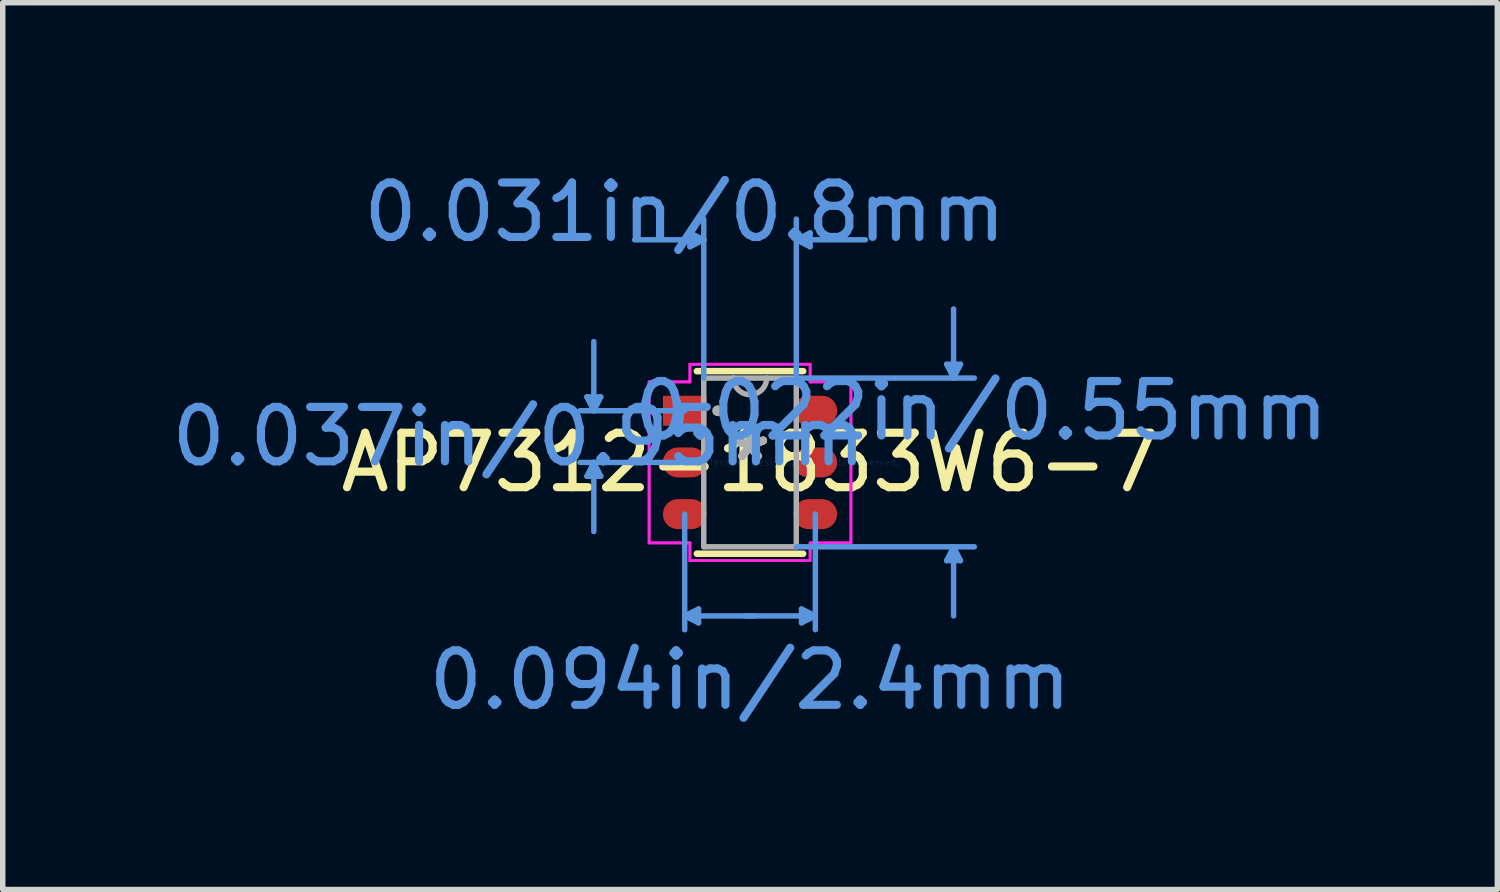
<source format=kicad_pcb>
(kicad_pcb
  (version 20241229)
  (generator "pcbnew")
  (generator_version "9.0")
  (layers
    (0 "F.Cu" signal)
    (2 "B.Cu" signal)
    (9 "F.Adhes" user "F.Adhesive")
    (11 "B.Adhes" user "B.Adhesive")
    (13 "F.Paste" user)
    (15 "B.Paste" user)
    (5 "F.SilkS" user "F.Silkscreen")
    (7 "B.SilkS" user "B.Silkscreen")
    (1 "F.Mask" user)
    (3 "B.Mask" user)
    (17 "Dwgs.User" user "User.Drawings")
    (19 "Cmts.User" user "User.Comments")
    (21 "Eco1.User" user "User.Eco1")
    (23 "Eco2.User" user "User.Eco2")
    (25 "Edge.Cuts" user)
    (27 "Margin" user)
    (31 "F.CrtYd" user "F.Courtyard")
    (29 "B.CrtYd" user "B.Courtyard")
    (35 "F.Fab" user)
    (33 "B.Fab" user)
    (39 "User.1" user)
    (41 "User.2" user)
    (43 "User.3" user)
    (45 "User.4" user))
  (footprint "AP7312-1833W6-7"
    (layer "F.Cu")
    (at 10.73 5.446)
    (property "Reference" "AP7312-1833W6-7" (at 0 0 0) (layer "F.SilkS") (effects (font (size 1 1) (thickness 0.15))))
    (attr through_hole)
    (fp_line (start -0.977 1.677) (end 0.977 1.677) (stroke (width 0.12) (type solid)) (layer "F.SilkS"))
    (fp_line (start 0.977 -1.677) (end -0.977 -1.677) (stroke (width 0.12) (type solid)) (layer "F.SilkS"))
    (fp_line (start -2.997 -1.204) (end -2.87 -0.95) (stroke (width 0.1) (type solid)) (layer "Cmts.User"))
    (fp_line (start -2.997 0.254) (end -2.87 0) (stroke (width 0.1) (type solid)) (layer "Cmts.User"))
    (fp_line (start -2.87 -0.95) (end -2.87 -2.22) (stroke (width 0.1) (type solid)) (layer "Cmts.User"))
    (fp_line (start -2.87 -0.95) (end -2.743 -1.204) (stroke (width 0.1) (type solid)) (layer "Cmts.User"))
    (fp_line (start -2.87 0) (end -2.87 1.27) (stroke (width 0.1) (type solid)) (layer "Cmts.User"))
    (fp_line (start -2.87 0) (end -2.743 0.254) (stroke (width 0.1) (type solid)) (layer "Cmts.User"))
    (fp_line (start -2.743 -1.204) (end -2.997 -1.204) (stroke (width 0.1) (type solid)) (layer "Cmts.User"))
    (fp_line (start -2.743 0.254) (end -2.997 0.254) (stroke (width 0.1) (type solid)) (layer "Cmts.User"))
    (fp_line (start -1.2 -0.95) (end -3.124 -0.95) (stroke (width 0.1) (type solid)) (layer "Cmts.User"))
    (fp_line (start -1.2 0) (end -3.124 0) (stroke (width 0.1) (type solid)) (layer "Cmts.User"))
    (fp_line (start -1.2 0.95) (end -1.2 3.074) (stroke (width 0.1) (type solid)) (layer "Cmts.User"))
    (fp_line (start -1.2 2.82) (end -0.946 2.947) (stroke (width 0.1) (type solid)) (layer "Cmts.User"))
    (fp_line (start -1.2 2.82) (end 0.07 2.82) (stroke (width 0.1) (type solid)) (layer "Cmts.User"))
    (fp_line (start -1.104 -4.217) (end -1.104 -3.963) (stroke (width 0.1) (type solid)) (layer "Cmts.User"))
    (fp_line (start -0.946 2.693) (end -1.2 2.82) (stroke (width 0.1) (type solid)) (layer "Cmts.User"))
    (fp_line (start -0.946 2.947) (end -0.946 2.693) (stroke (width 0.1) (type solid)) (layer "Cmts.User"))
    (fp_line (start -0.85 -4.09) (end -2.12 -4.09) (stroke (width 0.1) (type solid)) (layer "Cmts.User"))
    (fp_line (start -0.85 -4.09) (end -1.104 -4.217) (stroke (width 0.1) (type solid)) (layer "Cmts.User"))
    (fp_line (start -0.85 -4.09) (end -1.104 -3.963) (stroke (width 0.1) (type solid)) (layer "Cmts.User"))
    (fp_line (start -0.85 -1.55) (end -0.85 -4.471) (stroke (width 0.1) (type solid)) (layer "Cmts.User"))
    (fp_line (start 0.85 -4.09) (end 1.104 -4.217) (stroke (width 0.1) (type solid)) (layer "Cmts.User"))
    (fp_line (start 0.85 -4.09) (end 1.104 -3.963) (stroke (width 0.1) (type solid)) (layer "Cmts.User"))
    (fp_line (start 0.85 -4.09) (end 2.12 -4.09) (stroke (width 0.1) (type solid)) (layer "Cmts.User"))
    (fp_line (start 0.85 -1.55) (end 0.85 -4.471) (stroke (width 0.1) (type solid)) (layer "Cmts.User"))
    (fp_line (start 0.85 -1.55) (end 4.121 -1.55) (stroke (width 0.1) (type solid)) (layer "Cmts.User"))
    (fp_line (start 0.85 1.55) (end 4.121 1.55) (stroke (width 0.1) (type solid)) (layer "Cmts.User"))
    (fp_line (start 0.946 2.693) (end 1.2 2.82) (stroke (width 0.1) (type solid)) (layer "Cmts.User"))
    (fp_line (start 0.946 2.947) (end 0.946 2.693) (stroke (width 0.1) (type solid)) (layer "Cmts.User"))
    (fp_line (start 1.104 -4.217) (end 1.104 -3.963) (stroke (width 0.1) (type solid)) (layer "Cmts.User"))
    (fp_line (start 1.2 0.95) (end 1.2 3.074) (stroke (width 0.1) (type solid)) (layer "Cmts.User"))
    (fp_line (start 1.2 2.82) (end -0.07 2.82) (stroke (width 0.1) (type solid)) (layer "Cmts.User"))
    (fp_line (start 1.2 2.82) (end 0.946 2.947) (stroke (width 0.1) (type solid)) (layer "Cmts.User"))
    (fp_line (start 3.613 -1.804) (end 3.867 -1.804) (stroke (width 0.1) (type solid)) (layer "Cmts.User"))
    (fp_line (start 3.613 1.804) (end 3.867 1.804) (stroke (width 0.1) (type solid)) (layer "Cmts.User"))
    (fp_line (start 3.74 -1.55) (end 3.613 -1.804) (stroke (width 0.1) (type solid)) (layer "Cmts.User"))
    (fp_line (start 3.74 -1.55) (end 3.74 -2.82) (stroke (width 0.1) (type solid)) (layer "Cmts.User"))
    (fp_line (start 3.74 -1.55) (end 3.867 -1.804) (stroke (width 0.1) (type solid)) (layer "Cmts.User"))
    (fp_line (start 3.74 1.55) (end 3.613 1.804) (stroke (width 0.1) (type solid)) (layer "Cmts.User"))
    (fp_line (start 3.74 1.55) (end 3.74 2.82) (stroke (width 0.1) (type solid)) (layer "Cmts.User"))
    (fp_line (start 3.74 1.55) (end 3.867 1.804) (stroke (width 0.1) (type solid)) (layer "Cmts.User"))
    (fp_line (start -1.854 -1.479) (end -1.104 -1.479) (stroke (width 0.05) (type solid)) (layer "F.CrtYd"))
    (fp_line (start -1.854 -1.479) (end -1.104 -1.479) (stroke (width 0.05) (type solid)) (layer "F.CrtYd"))
    (fp_line (start -1.854 1.479) (end -1.854 -1.479) (stroke (width 0.05) (type solid)) (layer "F.CrtYd"))
    (fp_line (start -1.854 1.479) (end -1.854 -1.479) (stroke (width 0.05) (type solid)) (layer "F.CrtYd"))
    (fp_line (start -1.854 1.479) (end -1.104 1.479) (stroke (width 0.05) (type solid)) (layer "F.CrtYd"))
    (fp_line (start -1.104 -1.804) (end 1.104 -1.804) (stroke (width 0.05) (type solid)) (layer "F.CrtYd"))
    (fp_line (start -1.104 -1.804) (end 1.104 -1.804) (stroke (width 0.05) (type solid)) (layer "F.CrtYd"))
    (fp_line (start -1.104 -1.479) (end -1.104 -1.804) (stroke (width 0.05) (type solid)) (layer "F.CrtYd"))
    (fp_line (start -1.104 -1.479) (end -1.104 -1.804) (stroke (width 0.05) (type solid)) (layer "F.CrtYd"))
    (fp_line (start -1.104 1.479) (end -1.854 1.479) (stroke (width 0.05) (type solid)) (layer "F.CrtYd"))
    (fp_line (start -1.104 1.804) (end -1.104 1.479) (stroke (width 0.05) (type solid)) (layer "F.CrtYd"))
    (fp_line (start -1.104 1.804) (end -1.104 1.479) (stroke (width 0.05) (type solid)) (layer "F.CrtYd"))
    (fp_line (start 1.104 -1.804) (end 1.104 -1.479) (stroke (width 0.05) (type solid)) (layer "F.CrtYd"))
    (fp_line (start 1.104 -1.804) (end 1.104 -1.479) (stroke (width 0.05) (type solid)) (layer "F.CrtYd"))
    (fp_line (start 1.104 -1.479) (end 1.854 -1.479) (stroke (width 0.05) (type solid)) (layer "F.CrtYd"))
    (fp_line (start 1.104 1.479) (end 1.104 1.804) (stroke (width 0.05) (type solid)) (layer "F.CrtYd"))
    (fp_line (start 1.104 1.479) (end 1.104 1.804) (stroke (width 0.05) (type solid)) (layer "F.CrtYd"))
    (fp_line (start 1.104 1.804) (end -1.104 1.804) (stroke (width 0.05) (type solid)) (layer "F.CrtYd"))
    (fp_line (start 1.104 1.804) (end -1.104 1.804) (stroke (width 0.05) (type solid)) (layer "F.CrtYd"))
    (fp_line (start 1.854 -1.479) (end 1.104 -1.479) (stroke (width 0.05) (type solid)) (layer "F.CrtYd"))
    (fp_line (start 1.854 -1.479) (end 1.854 1.479) (stroke (width 0.05) (type solid)) (layer "F.CrtYd"))
    (fp_line (start 1.854 -1.479) (end 1.854 1.479) (stroke (width 0.05) (type solid)) (layer "F.CrtYd"))
    (fp_line (start 1.854 1.479) (end 1.104 1.479) (stroke (width 0.05) (type solid)) (layer "F.CrtYd"))
    (fp_line (start 1.854 1.479) (end 1.104 1.479) (stroke (width 0.05) (type solid)) (layer "F.CrtYd"))
    (fp_line (start -0.85 -1.55) (end -0.85 1.55) (stroke (width 0.1) (type solid)) (layer "F.Fab"))
    (fp_line (start -0.85 1.55) (end 0.85 1.55) (stroke (width 0.1) (type solid)) (layer "F.Fab"))
    (fp_line (start 0.85 -1.55) (end -0.85 -1.55) (stroke (width 0.1) (type solid)) (layer "F.Fab"))
    (fp_line (start 0.85 1.55) (end 0.85 -1.55) (stroke (width 0.1) (type solid)) (layer "F.Fab"))
    (fp_arc (start 0.3048 -1.549998) (mid -0.000001 -1.245199) (end -0.3048 -1.55) (stroke (width 0.1) (type solid)) (layer "F.Fab"))
    (fp_circle (center -0.596 -0.95) (end -0.596 -0.95) (stroke (width 0.1) (type solid)) (fill no) (layer "F.Fab"))
    (fp_text user "*" (at 0 0 0) (layer "F.SilkS") (effects (font (size 1 1) (thickness 0.15))))
    (fp_text user "0.037in/0.95mm" (at -4.248 -0.475 0) (layer "Cmts.User") (effects (font (size 1 1) (thickness 0.15))))
    (fp_text user "0.031in/0.8mm" (at -1.2 -4.598 0) (layer "Cmts.User") (effects (font (size 1 1) (thickness 0.15))))
    (fp_text user "0.094in/2.4mm" (at 0 3.998 0) (layer "Cmts.User") (effects (font (size 1 1) (thickness 0.15))))
    (fp_text user "Copyright 2021 Accelerated Designs. All rights reserved." (at 0 0 0) (layer "Cmts.User") (effects (font (size 0.127 0.127) (thickness 0.002))))
    (fp_text user "0.022in/0.55mm" (at 4.248 -0.95 0) (layer "Cmts.User") (effects (font (size 1 1) (thickness 0.15))))
    (fp_text user "*" (at 0 0 0) (layer "F.Fab") (effects (font (size 1 1) (thickness 0.15))))
    (pad "1" smd rect (at -1.2 -0.95) (size 0.8 0.55) (layers "F.Cu" "F.Mask" "F.Paste"))
    (pad "2" smd oval (at -1.2 0) (size 0.8 0.55) (layers "F.Cu" "F.Mask" "F.Paste"))
    (pad "3" smd oval (at -1.2 0.95) (size 0.8 0.55) (layers "F.Cu" "F.Mask" "F.Paste"))
    (pad "4" smd oval (at 1.2 0.95) (size 0.8 0.55) (layers "F.Cu" "F.Mask" "F.Paste"))
    (pad "5" smd oval (at 1.2 0) (size 0.8 0.55) (layers "F.Cu" "F.Mask" "F.Paste"))
    (pad "6" smd oval (at 1.2 -0.95) (size 0.8 0.55) (layers "F.Cu" "F.Mask" "F.Paste")))
  (gr_rect
    (start -3 -3)
    (end 24.46 13.293)
    (stroke (width 0.1) (type default))
    (fill no)
    (layer "Edge.Cuts")))
</source>
